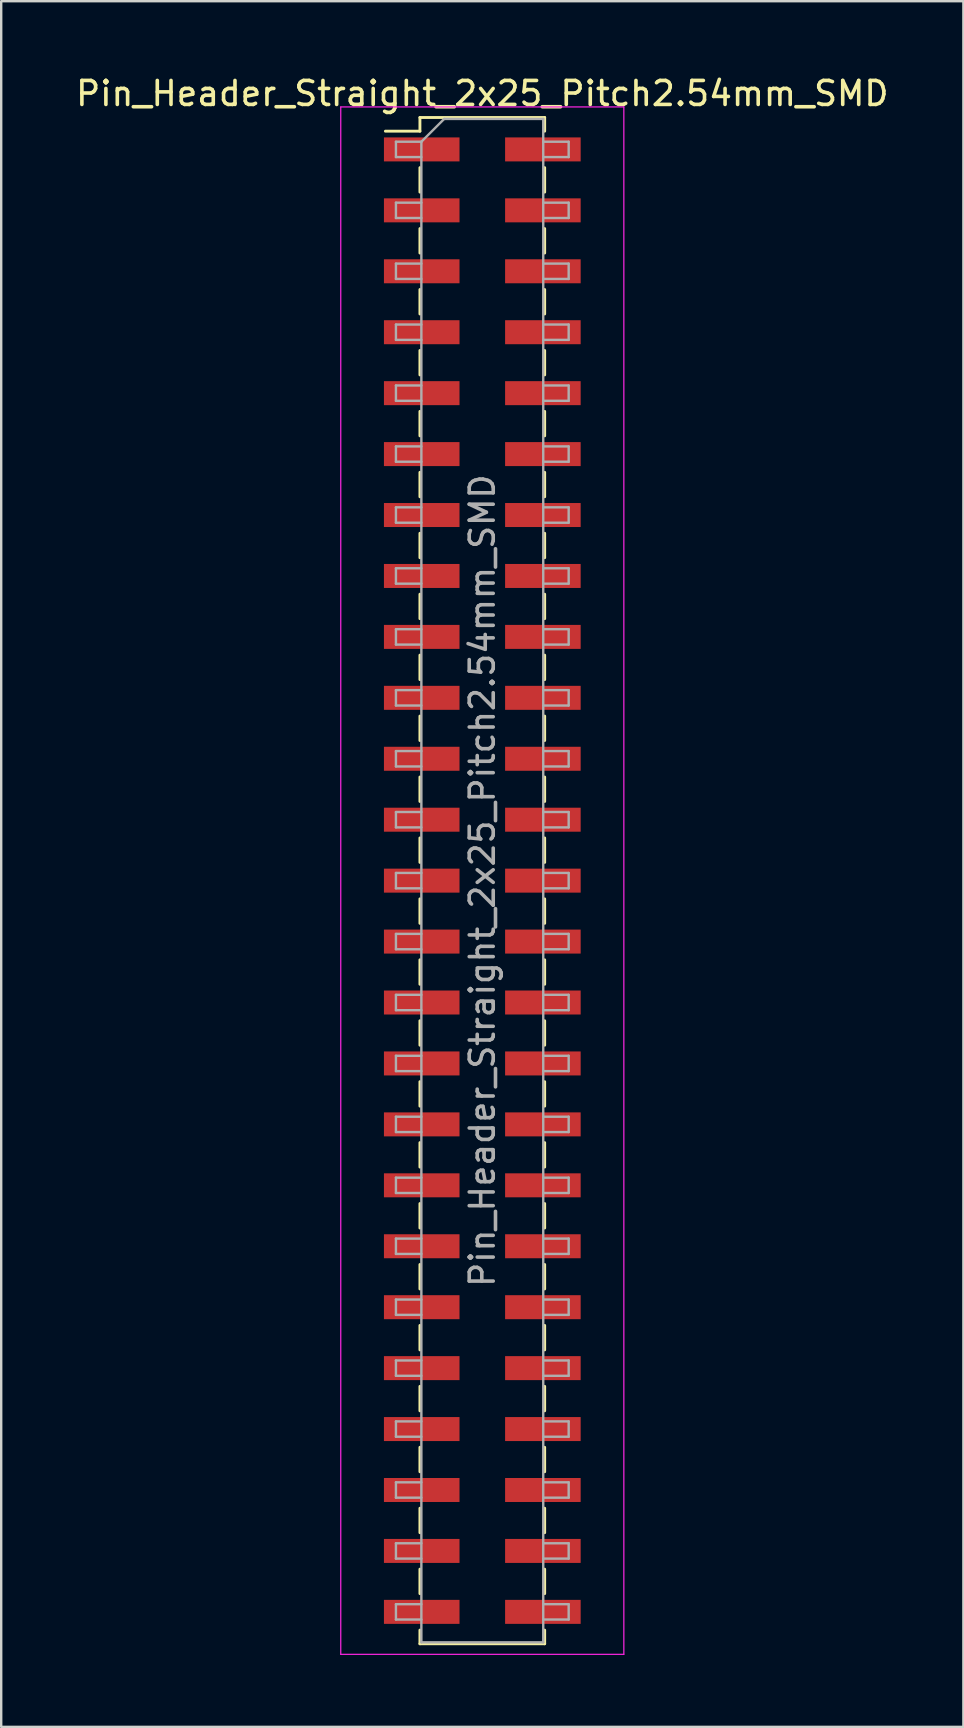
<source format=kicad_pcb>
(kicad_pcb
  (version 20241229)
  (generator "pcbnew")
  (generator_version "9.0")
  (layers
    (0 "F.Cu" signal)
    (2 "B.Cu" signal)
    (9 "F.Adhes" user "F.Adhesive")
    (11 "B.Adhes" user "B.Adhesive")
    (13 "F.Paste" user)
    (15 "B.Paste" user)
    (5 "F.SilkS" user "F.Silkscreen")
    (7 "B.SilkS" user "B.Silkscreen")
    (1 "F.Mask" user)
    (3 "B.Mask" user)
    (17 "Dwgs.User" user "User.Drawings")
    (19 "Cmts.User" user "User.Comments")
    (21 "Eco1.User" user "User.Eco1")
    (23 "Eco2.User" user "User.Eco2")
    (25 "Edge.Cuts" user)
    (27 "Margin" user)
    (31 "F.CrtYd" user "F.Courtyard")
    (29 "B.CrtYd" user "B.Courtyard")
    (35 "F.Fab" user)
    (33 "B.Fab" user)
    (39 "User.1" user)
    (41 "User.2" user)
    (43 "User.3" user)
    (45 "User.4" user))
  (footprint "Pin_Header_Straight_2x25_Pitch2.54mm_SMD"
    (layer "F.Cu")
    (at 17.054 33.658)
    (property "Reference" "Pin_Header_Straight_2x25_Pitch2.54mm_SMD" (at 0 -32.81 0) (layer "F.SilkS") (effects (font (size 1 1) (thickness 0.15))))
    (attr smd)
    (fp_line (start -4.04 -31.24) (end -2.6 -31.24) (stroke (width 0.12) (type solid)) (layer "F.SilkS"))
    (fp_line (start -2.6 -31.81) (end -2.6 -31.24) (stroke (width 0.12) (type solid)) (layer "F.SilkS"))
    (fp_line (start -2.6 -31.81) (end 2.6 -31.81) (stroke (width 0.12) (type solid)) (layer "F.SilkS"))
    (fp_line (start -2.6 -29.72) (end -2.6 -28.7) (stroke (width 0.12) (type solid)) (layer "F.SilkS"))
    (fp_line (start -2.6 -27.18) (end -2.6 -26.16) (stroke (width 0.12) (type solid)) (layer "F.SilkS"))
    (fp_line (start -2.6 -24.64) (end -2.6 -23.62) (stroke (width 0.12) (type solid)) (layer "F.SilkS"))
    (fp_line (start -2.6 -22.1) (end -2.6 -21.08) (stroke (width 0.12) (type solid)) (layer "F.SilkS"))
    (fp_line (start -2.6 -19.56) (end -2.6 -18.54) (stroke (width 0.12) (type solid)) (layer "F.SilkS"))
    (fp_line (start -2.6 -17.02) (end -2.6 -16) (stroke (width 0.12) (type solid)) (layer "F.SilkS"))
    (fp_line (start -2.6 -14.48) (end -2.6 -13.46) (stroke (width 0.12) (type solid)) (layer "F.SilkS"))
    (fp_line (start -2.6 -11.94) (end -2.6 -10.92) (stroke (width 0.12) (type solid)) (layer "F.SilkS"))
    (fp_line (start -2.6 -9.4) (end -2.6 -8.38) (stroke (width 0.12) (type solid)) (layer "F.SilkS"))
    (fp_line (start -2.6 -6.86) (end -2.6 -5.84) (stroke (width 0.12) (type solid)) (layer "F.SilkS"))
    (fp_line (start -2.6 -4.32) (end -2.6 -3.3) (stroke (width 0.12) (type solid)) (layer "F.SilkS"))
    (fp_line (start -2.6 -1.78) (end -2.6 -0.76) (stroke (width 0.12) (type solid)) (layer "F.SilkS"))
    (fp_line (start -2.6 0.76) (end -2.6 1.78) (stroke (width 0.12) (type solid)) (layer "F.SilkS"))
    (fp_line (start -2.6 3.3) (end -2.6 4.32) (stroke (width 0.12) (type solid)) (layer "F.SilkS"))
    (fp_line (start -2.6 5.84) (end -2.6 6.86) (stroke (width 0.12) (type solid)) (layer "F.SilkS"))
    (fp_line (start -2.6 8.38) (end -2.6 9.4) (stroke (width 0.12) (type solid)) (layer "F.SilkS"))
    (fp_line (start -2.6 10.92) (end -2.6 11.94) (stroke (width 0.12) (type solid)) (layer "F.SilkS"))
    (fp_line (start -2.6 13.46) (end -2.6 14.48) (stroke (width 0.12) (type solid)) (layer "F.SilkS"))
    (fp_line (start -2.6 16) (end -2.6 17.02) (stroke (width 0.12) (type solid)) (layer "F.SilkS"))
    (fp_line (start -2.6 18.54) (end -2.6 19.56) (stroke (width 0.12) (type solid)) (layer "F.SilkS"))
    (fp_line (start -2.6 21.08) (end -2.6 22.1) (stroke (width 0.12) (type solid)) (layer "F.SilkS"))
    (fp_line (start -2.6 23.62) (end -2.6 24.64) (stroke (width 0.12) (type solid)) (layer "F.SilkS"))
    (fp_line (start -2.6 26.16) (end -2.6 27.18) (stroke (width 0.12) (type solid)) (layer "F.SilkS"))
    (fp_line (start -2.6 28.7) (end -2.6 29.72) (stroke (width 0.12) (type solid)) (layer "F.SilkS"))
    (fp_line (start -2.6 31.24) (end -2.6 31.81) (stroke (width 0.12) (type solid)) (layer "F.SilkS"))
    (fp_line (start -2.6 31.81) (end 2.6 31.81) (stroke (width 0.12) (type solid)) (layer "F.SilkS"))
    (fp_line (start 2.6 -31.81) (end 2.6 -31.24) (stroke (width 0.12) (type solid)) (layer "F.SilkS"))
    (fp_line (start 2.6 -29.72) (end 2.6 -28.7) (stroke (width 0.12) (type solid)) (layer "F.SilkS"))
    (fp_line (start 2.6 -27.18) (end 2.6 -26.16) (stroke (width 0.12) (type solid)) (layer "F.SilkS"))
    (fp_line (start 2.6 -24.64) (end 2.6 -23.62) (stroke (width 0.12) (type solid)) (layer "F.SilkS"))
    (fp_line (start 2.6 -22.1) (end 2.6 -21.08) (stroke (width 0.12) (type solid)) (layer "F.SilkS"))
    (fp_line (start 2.6 -19.56) (end 2.6 -18.54) (stroke (width 0.12) (type solid)) (layer "F.SilkS"))
    (fp_line (start 2.6 -17.02) (end 2.6 -16) (stroke (width 0.12) (type solid)) (layer "F.SilkS"))
    (fp_line (start 2.6 -14.48) (end 2.6 -13.46) (stroke (width 0.12) (type solid)) (layer "F.SilkS"))
    (fp_line (start 2.6 -11.94) (end 2.6 -10.92) (stroke (width 0.12) (type solid)) (layer "F.SilkS"))
    (fp_line (start 2.6 -9.4) (end 2.6 -8.38) (stroke (width 0.12) (type solid)) (layer "F.SilkS"))
    (fp_line (start 2.6 -6.86) (end 2.6 -5.84) (stroke (width 0.12) (type solid)) (layer "F.SilkS"))
    (fp_line (start 2.6 -4.32) (end 2.6 -3.3) (stroke (width 0.12) (type solid)) (layer "F.SilkS"))
    (fp_line (start 2.6 -1.78) (end 2.6 -0.76) (stroke (width 0.12) (type solid)) (layer "F.SilkS"))
    (fp_line (start 2.6 0.76) (end 2.6 1.78) (stroke (width 0.12) (type solid)) (layer "F.SilkS"))
    (fp_line (start 2.6 3.3) (end 2.6 4.32) (stroke (width 0.12) (type solid)) (layer "F.SilkS"))
    (fp_line (start 2.6 5.84) (end 2.6 6.86) (stroke (width 0.12) (type solid)) (layer "F.SilkS"))
    (fp_line (start 2.6 8.38) (end 2.6 9.4) (stroke (width 0.12) (type solid)) (layer "F.SilkS"))
    (fp_line (start 2.6 10.92) (end 2.6 11.94) (stroke (width 0.12) (type solid)) (layer "F.SilkS"))
    (fp_line (start 2.6 13.46) (end 2.6 14.48) (stroke (width 0.12) (type solid)) (layer "F.SilkS"))
    (fp_line (start 2.6 16) (end 2.6 17.02) (stroke (width 0.12) (type solid)) (layer "F.SilkS"))
    (fp_line (start 2.6 18.54) (end 2.6 19.56) (stroke (width 0.12) (type solid)) (layer "F.SilkS"))
    (fp_line (start 2.6 21.08) (end 2.6 22.1) (stroke (width 0.12) (type solid)) (layer "F.SilkS"))
    (fp_line (start 2.6 23.62) (end 2.6 24.64) (stroke (width 0.12) (type solid)) (layer "F.SilkS"))
    (fp_line (start 2.6 26.16) (end 2.6 27.18) (stroke (width 0.12) (type solid)) (layer "F.SilkS"))
    (fp_line (start 2.6 28.7) (end 2.6 29.72) (stroke (width 0.12) (type solid)) (layer "F.SilkS"))
    (fp_line (start 2.6 31.24) (end 2.6 31.81) (stroke (width 0.12) (type solid)) (layer "F.SilkS"))
    (fp_line (start -5.9 -32.25) (end -5.9 32.25) (stroke (width 0.05) (type solid)) (layer "F.CrtYd"))
    (fp_line (start -5.9 32.25) (end 5.9 32.25) (stroke (width 0.05) (type solid)) (layer "F.CrtYd"))
    (fp_line (start 5.9 -32.25) (end -5.9 -32.25) (stroke (width 0.05) (type solid)) (layer "F.CrtYd"))
    (fp_line (start 5.9 32.25) (end 5.9 -32.25) (stroke (width 0.05) (type solid)) (layer "F.CrtYd"))
    (fp_line (start -3.6 -30.8) (end -3.6 -30.16) (stroke (width 0.1) (type solid)) (layer "F.Fab"))
    (fp_line (start -3.6 -30.16) (end -2.54 -30.16) (stroke (width 0.1) (type solid)) (layer "F.Fab"))
    (fp_line (start -3.6 -28.26) (end -3.6 -27.62) (stroke (width 0.1) (type solid)) (layer "F.Fab"))
    (fp_line (start -3.6 -27.62) (end -2.54 -27.62) (stroke (width 0.1) (type solid)) (layer "F.Fab"))
    (fp_line (start -3.6 -25.72) (end -3.6 -25.08) (stroke (width 0.1) (type solid)) (layer "F.Fab"))
    (fp_line (start -3.6 -25.08) (end -2.54 -25.08) (stroke (width 0.1) (type solid)) (layer "F.Fab"))
    (fp_line (start -3.6 -23.18) (end -3.6 -22.54) (stroke (width 0.1) (type solid)) (layer "F.Fab"))
    (fp_line (start -3.6 -22.54) (end -2.54 -22.54) (stroke (width 0.1) (type solid)) (layer "F.Fab"))
    (fp_line (start -3.6 -20.64) (end -3.6 -20) (stroke (width 0.1) (type solid)) (layer "F.Fab"))
    (fp_line (start -3.6 -20) (end -2.54 -20) (stroke (width 0.1) (type solid)) (layer "F.Fab"))
    (fp_line (start -3.6 -18.1) (end -3.6 -17.46) (stroke (width 0.1) (type solid)) (layer "F.Fab"))
    (fp_line (start -3.6 -17.46) (end -2.54 -17.46) (stroke (width 0.1) (type solid)) (layer "F.Fab"))
    (fp_line (start -3.6 -15.56) (end -3.6 -14.92) (stroke (width 0.1) (type solid)) (layer "F.Fab"))
    (fp_line (start -3.6 -14.92) (end -2.54 -14.92) (stroke (width 0.1) (type solid)) (layer "F.Fab"))
    (fp_line (start -3.6 -13.02) (end -3.6 -12.38) (stroke (width 0.1) (type solid)) (layer "F.Fab"))
    (fp_line (start -3.6 -12.38) (end -2.54 -12.38) (stroke (width 0.1) (type solid)) (layer "F.Fab"))
    (fp_line (start -3.6 -10.48) (end -3.6 -9.84) (stroke (width 0.1) (type solid)) (layer "F.Fab"))
    (fp_line (start -3.6 -9.84) (end -2.54 -9.84) (stroke (width 0.1) (type solid)) (layer "F.Fab"))
    (fp_line (start -3.6 -7.94) (end -3.6 -7.3) (stroke (width 0.1) (type solid)) (layer "F.Fab"))
    (fp_line (start -3.6 -7.3) (end -2.54 -7.3) (stroke (width 0.1) (type solid)) (layer "F.Fab"))
    (fp_line (start -3.6 -5.4) (end -3.6 -4.76) (stroke (width 0.1) (type solid)) (layer "F.Fab"))
    (fp_line (start -3.6 -4.76) (end -2.54 -4.76) (stroke (width 0.1) (type solid)) (layer "F.Fab"))
    (fp_line (start -3.6 -2.86) (end -3.6 -2.22) (stroke (width 0.1) (type solid)) (layer "F.Fab"))
    (fp_line (start -3.6 -2.22) (end -2.54 -2.22) (stroke (width 0.1) (type solid)) (layer "F.Fab"))
    (fp_line (start -3.6 -0.32) (end -3.6 0.32) (stroke (width 0.1) (type solid)) (layer "F.Fab"))
    (fp_line (start -3.6 0.32) (end -2.54 0.32) (stroke (width 0.1) (type solid)) (layer "F.Fab"))
    (fp_line (start -3.6 2.22) (end -3.6 2.86) (stroke (width 0.1) (type solid)) (layer "F.Fab"))
    (fp_line (start -3.6 2.86) (end -2.54 2.86) (stroke (width 0.1) (type solid)) (layer "F.Fab"))
    (fp_line (start -3.6 4.76) (end -3.6 5.4) (stroke (width 0.1) (type solid)) (layer "F.Fab"))
    (fp_line (start -3.6 5.4) (end -2.54 5.4) (stroke (width 0.1) (type solid)) (layer "F.Fab"))
    (fp_line (start -3.6 7.3) (end -3.6 7.94) (stroke (width 0.1) (type solid)) (layer "F.Fab"))
    (fp_line (start -3.6 7.94) (end -2.54 7.94) (stroke (width 0.1) (type solid)) (layer "F.Fab"))
    (fp_line (start -3.6 9.84) (end -3.6 10.48) (stroke (width 0.1) (type solid)) (layer "F.Fab"))
    (fp_line (start -3.6 10.48) (end -2.54 10.48) (stroke (width 0.1) (type solid)) (layer "F.Fab"))
    (fp_line (start -3.6 12.38) (end -3.6 13.02) (stroke (width 0.1) (type solid)) (layer "F.Fab"))
    (fp_line (start -3.6 13.02) (end -2.54 13.02) (stroke (width 0.1) (type solid)) (layer "F.Fab"))
    (fp_line (start -3.6 14.92) (end -3.6 15.56) (stroke (width 0.1) (type solid)) (layer "F.Fab"))
    (fp_line (start -3.6 15.56) (end -2.54 15.56) (stroke (width 0.1) (type solid)) (layer "F.Fab"))
    (fp_line (start -3.6 17.46) (end -3.6 18.1) (stroke (width 0.1) (type solid)) (layer "F.Fab"))
    (fp_line (start -3.6 18.1) (end -2.54 18.1) (stroke (width 0.1) (type solid)) (layer "F.Fab"))
    (fp_line (start -3.6 20) (end -3.6 20.64) (stroke (width 0.1) (type solid)) (layer "F.Fab"))
    (fp_line (start -3.6 20.64) (end -2.54 20.64) (stroke (width 0.1) (type solid)) (layer "F.Fab"))
    (fp_line (start -3.6 22.54) (end -3.6 23.18) (stroke (width 0.1) (type solid)) (layer "F.Fab"))
    (fp_line (start -3.6 23.18) (end -2.54 23.18) (stroke (width 0.1) (type solid)) (layer "F.Fab"))
    (fp_line (start -3.6 25.08) (end -3.6 25.72) (stroke (width 0.1) (type solid)) (layer "F.Fab"))
    (fp_line (start -3.6 25.72) (end -2.54 25.72) (stroke (width 0.1) (type solid)) (layer "F.Fab"))
    (fp_line (start -3.6 27.62) (end -3.6 28.26) (stroke (width 0.1) (type solid)) (layer "F.Fab"))
    (fp_line (start -3.6 28.26) (end -2.54 28.26) (stroke (width 0.1) (type solid)) (layer "F.Fab"))
    (fp_line (start -3.6 30.16) (end -3.6 30.8) (stroke (width 0.1) (type solid)) (layer "F.Fab"))
    (fp_line (start -3.6 30.8) (end -2.54 30.8) (stroke (width 0.1) (type solid)) (layer "F.Fab"))
    (fp_line (start -2.54 -30.8) (end -3.6 -30.8) (stroke (width 0.1) (type solid)) (layer "F.Fab"))
    (fp_line (start -2.54 -30.8) (end -1.59 -31.75) (stroke (width 0.1) (type solid)) (layer "F.Fab"))
    (fp_line (start -2.54 -28.26) (end -3.6 -28.26) (stroke (width 0.1) (type solid)) (layer "F.Fab"))
    (fp_line (start -2.54 -25.72) (end -3.6 -25.72) (stroke (width 0.1) (type solid)) (layer "F.Fab"))
    (fp_line (start -2.54 -23.18) (end -3.6 -23.18) (stroke (width 0.1) (type solid)) (layer "F.Fab"))
    (fp_line (start -2.54 -20.64) (end -3.6 -20.64) (stroke (width 0.1) (type solid)) (layer "F.Fab"))
    (fp_line (start -2.54 -18.1) (end -3.6 -18.1) (stroke (width 0.1) (type solid)) (layer "F.Fab"))
    (fp_line (start -2.54 -15.56) (end -3.6 -15.56) (stroke (width 0.1) (type solid)) (layer "F.Fab"))
    (fp_line (start -2.54 -13.02) (end -3.6 -13.02) (stroke (width 0.1) (type solid)) (layer "F.Fab"))
    (fp_line (start -2.54 -10.48) (end -3.6 -10.48) (stroke (width 0.1) (type solid)) (layer "F.Fab"))
    (fp_line (start -2.54 -7.94) (end -3.6 -7.94) (stroke (width 0.1) (type solid)) (layer "F.Fab"))
    (fp_line (start -2.54 -5.4) (end -3.6 -5.4) (stroke (width 0.1) (type solid)) (layer "F.Fab"))
    (fp_line (start -2.54 -2.86) (end -3.6 -2.86) (stroke (width 0.1) (type solid)) (layer "F.Fab"))
    (fp_line (start -2.54 -0.32) (end -3.6 -0.32) (stroke (width 0.1) (type solid)) (layer "F.Fab"))
    (fp_line (start -2.54 2.22) (end -3.6 2.22) (stroke (width 0.1) (type solid)) (layer "F.Fab"))
    (fp_line (start -2.54 4.76) (end -3.6 4.76) (stroke (width 0.1) (type solid)) (layer "F.Fab"))
    (fp_line (start -2.54 7.3) (end -3.6 7.3) (stroke (width 0.1) (type solid)) (layer "F.Fab"))
    (fp_line (start -2.54 9.84) (end -3.6 9.84) (stroke (width 0.1) (type solid)) (layer "F.Fab"))
    (fp_line (start -2.54 12.38) (end -3.6 12.38) (stroke (width 0.1) (type solid)) (layer "F.Fab"))
    (fp_line (start -2.54 14.92) (end -3.6 14.92) (stroke (width 0.1) (type solid)) (layer "F.Fab"))
    (fp_line (start -2.54 17.46) (end -3.6 17.46) (stroke (width 0.1) (type solid)) (layer "F.Fab"))
    (fp_line (start -2.54 20) (end -3.6 20) (stroke (width 0.1) (type solid)) (layer "F.Fab"))
    (fp_line (start -2.54 22.54) (end -3.6 22.54) (stroke (width 0.1) (type solid)) (layer "F.Fab"))
    (fp_line (start -2.54 25.08) (end -3.6 25.08) (stroke (width 0.1) (type solid)) (layer "F.Fab"))
    (fp_line (start -2.54 27.62) (end -3.6 27.62) (stroke (width 0.1) (type solid)) (layer "F.Fab"))
    (fp_line (start -2.54 30.16) (end -3.6 30.16) (stroke (width 0.1) (type solid)) (layer "F.Fab"))
    (fp_line (start -2.54 31.75) (end -2.54 -30.8) (stroke (width 0.1) (type solid)) (layer "F.Fab"))
    (fp_line (start -1.59 -31.75) (end 2.54 -31.75) (stroke (width 0.1) (type solid)) (layer "F.Fab"))
    (fp_line (start 2.54 -31.75) (end 2.54 31.75) (stroke (width 0.1) (type solid)) (layer "F.Fab"))
    (fp_line (start 2.54 -30.8) (end 3.6 -30.8) (stroke (width 0.1) (type solid)) (layer "F.Fab"))
    (fp_line (start 2.54 -28.26) (end 3.6 -28.26) (stroke (width 0.1) (type solid)) (layer "F.Fab"))
    (fp_line (start 2.54 -25.72) (end 3.6 -25.72) (stroke (width 0.1) (type solid)) (layer "F.Fab"))
    (fp_line (start 2.54 -23.18) (end 3.6 -23.18) (stroke (width 0.1) (type solid)) (layer "F.Fab"))
    (fp_line (start 2.54 -20.64) (end 3.6 -20.64) (stroke (width 0.1) (type solid)) (layer "F.Fab"))
    (fp_line (start 2.54 -18.1) (end 3.6 -18.1) (stroke (width 0.1) (type solid)) (layer "F.Fab"))
    (fp_line (start 2.54 -15.56) (end 3.6 -15.56) (stroke (width 0.1) (type solid)) (layer "F.Fab"))
    (fp_line (start 2.54 -13.02) (end 3.6 -13.02) (stroke (width 0.1) (type solid)) (layer "F.Fab"))
    (fp_line (start 2.54 -10.48) (end 3.6 -10.48) (stroke (width 0.1) (type solid)) (layer "F.Fab"))
    (fp_line (start 2.54 -7.94) (end 3.6 -7.94) (stroke (width 0.1) (type solid)) (layer "F.Fab"))
    (fp_line (start 2.54 -5.4) (end 3.6 -5.4) (stroke (width 0.1) (type solid)) (layer "F.Fab"))
    (fp_line (start 2.54 -2.86) (end 3.6 -2.86) (stroke (width 0.1) (type solid)) (layer "F.Fab"))
    (fp_line (start 2.54 -0.32) (end 3.6 -0.32) (stroke (width 0.1) (type solid)) (layer "F.Fab"))
    (fp_line (start 2.54 2.22) (end 3.6 2.22) (stroke (width 0.1) (type solid)) (layer "F.Fab"))
    (fp_line (start 2.54 4.76) (end 3.6 4.76) (stroke (width 0.1) (type solid)) (layer "F.Fab"))
    (fp_line (start 2.54 7.3) (end 3.6 7.3) (stroke (width 0.1) (type solid)) (layer "F.Fab"))
    (fp_line (start 2.54 9.84) (end 3.6 9.84) (stroke (width 0.1) (type solid)) (layer "F.Fab"))
    (fp_line (start 2.54 12.38) (end 3.6 12.38) (stroke (width 0.1) (type solid)) (layer "F.Fab"))
    (fp_line (start 2.54 14.92) (end 3.6 14.92) (stroke (width 0.1) (type solid)) (layer "F.Fab"))
    (fp_line (start 2.54 17.46) (end 3.6 17.46) (stroke (width 0.1) (type solid)) (layer "F.Fab"))
    (fp_line (start 2.54 20) (end 3.6 20) (stroke (width 0.1) (type solid)) (layer "F.Fab"))
    (fp_line (start 2.54 22.54) (end 3.6 22.54) (stroke (width 0.1) (type solid)) (layer "F.Fab"))
    (fp_line (start 2.54 25.08) (end 3.6 25.08) (stroke (width 0.1) (type solid)) (layer "F.Fab"))
    (fp_line (start 2.54 27.62) (end 3.6 27.62) (stroke (width 0.1) (type solid)) (layer "F.Fab"))
    (fp_line (start 2.54 30.16) (end 3.6 30.16) (stroke (width 0.1) (type solid)) (layer "F.Fab"))
    (fp_line (start 2.54 31.75) (end -2.54 31.75) (stroke (width 0.1) (type solid)) (layer "F.Fab"))
    (fp_line (start 3.6 -30.8) (end 3.6 -30.16) (stroke (width 0.1) (type solid)) (layer "F.Fab"))
    (fp_line (start 3.6 -30.16) (end 2.54 -30.16) (stroke (width 0.1) (type solid)) (layer "F.Fab"))
    (fp_line (start 3.6 -28.26) (end 3.6 -27.62) (stroke (width 0.1) (type solid)) (layer "F.Fab"))
    (fp_line (start 3.6 -27.62) (end 2.54 -27.62) (stroke (width 0.1) (type solid)) (layer "F.Fab"))
    (fp_line (start 3.6 -25.72) (end 3.6 -25.08) (stroke (width 0.1) (type solid)) (layer "F.Fab"))
    (fp_line (start 3.6 -25.08) (end 2.54 -25.08) (stroke (width 0.1) (type solid)) (layer "F.Fab"))
    (fp_line (start 3.6 -23.18) (end 3.6 -22.54) (stroke (width 0.1) (type solid)) (layer "F.Fab"))
    (fp_line (start 3.6 -22.54) (end 2.54 -22.54) (stroke (width 0.1) (type solid)) (layer "F.Fab"))
    (fp_line (start 3.6 -20.64) (end 3.6 -20) (stroke (width 0.1) (type solid)) (layer "F.Fab"))
    (fp_line (start 3.6 -20) (end 2.54 -20) (stroke (width 0.1) (type solid)) (layer "F.Fab"))
    (fp_line (start 3.6 -18.1) (end 3.6 -17.46) (stroke (width 0.1) (type solid)) (layer "F.Fab"))
    (fp_line (start 3.6 -17.46) (end 2.54 -17.46) (stroke (width 0.1) (type solid)) (layer "F.Fab"))
    (fp_line (start 3.6 -15.56) (end 3.6 -14.92) (stroke (width 0.1) (type solid)) (layer "F.Fab"))
    (fp_line (start 3.6 -14.92) (end 2.54 -14.92) (stroke (width 0.1) (type solid)) (layer "F.Fab"))
    (fp_line (start 3.6 -13.02) (end 3.6 -12.38) (stroke (width 0.1) (type solid)) (layer "F.Fab"))
    (fp_line (start 3.6 -12.38) (end 2.54 -12.38) (stroke (width 0.1) (type solid)) (layer "F.Fab"))
    (fp_line (start 3.6 -10.48) (end 3.6 -9.84) (stroke (width 0.1) (type solid)) (layer "F.Fab"))
    (fp_line (start 3.6 -9.84) (end 2.54 -9.84) (stroke (width 0.1) (type solid)) (layer "F.Fab"))
    (fp_line (start 3.6 -7.94) (end 3.6 -7.3) (stroke (width 0.1) (type solid)) (layer "F.Fab"))
    (fp_line (start 3.6 -7.3) (end 2.54 -7.3) (stroke (width 0.1) (type solid)) (layer "F.Fab"))
    (fp_line (start 3.6 -5.4) (end 3.6 -4.76) (stroke (width 0.1) (type solid)) (layer "F.Fab"))
    (fp_line (start 3.6 -4.76) (end 2.54 -4.76) (stroke (width 0.1) (type solid)) (layer "F.Fab"))
    (fp_line (start 3.6 -2.86) (end 3.6 -2.22) (stroke (width 0.1) (type solid)) (layer "F.Fab"))
    (fp_line (start 3.6 -2.22) (end 2.54 -2.22) (stroke (width 0.1) (type solid)) (layer "F.Fab"))
    (fp_line (start 3.6 -0.32) (end 3.6 0.32) (stroke (width 0.1) (type solid)) (layer "F.Fab"))
    (fp_line (start 3.6 0.32) (end 2.54 0.32) (stroke (width 0.1) (type solid)) (layer "F.Fab"))
    (fp_line (start 3.6 2.22) (end 3.6 2.86) (stroke (width 0.1) (type solid)) (layer "F.Fab"))
    (fp_line (start 3.6 2.86) (end 2.54 2.86) (stroke (width 0.1) (type solid)) (layer "F.Fab"))
    (fp_line (start 3.6 4.76) (end 3.6 5.4) (stroke (width 0.1) (type solid)) (layer "F.Fab"))
    (fp_line (start 3.6 5.4) (end 2.54 5.4) (stroke (width 0.1) (type solid)) (layer "F.Fab"))
    (fp_line (start 3.6 7.3) (end 3.6 7.94) (stroke (width 0.1) (type solid)) (layer "F.Fab"))
    (fp_line (start 3.6 7.94) (end 2.54 7.94) (stroke (width 0.1) (type solid)) (layer "F.Fab"))
    (fp_line (start 3.6 9.84) (end 3.6 10.48) (stroke (width 0.1) (type solid)) (layer "F.Fab"))
    (fp_line (start 3.6 10.48) (end 2.54 10.48) (stroke (width 0.1) (type solid)) (layer "F.Fab"))
    (fp_line (start 3.6 12.38) (end 3.6 13.02) (stroke (width 0.1) (type solid)) (layer "F.Fab"))
    (fp_line (start 3.6 13.02) (end 2.54 13.02) (stroke (width 0.1) (type solid)) (layer "F.Fab"))
    (fp_line (start 3.6 14.92) (end 3.6 15.56) (stroke (width 0.1) (type solid)) (layer "F.Fab"))
    (fp_line (start 3.6 15.56) (end 2.54 15.56) (stroke (width 0.1) (type solid)) (layer "F.Fab"))
    (fp_line (start 3.6 17.46) (end 3.6 18.1) (stroke (width 0.1) (type solid)) (layer "F.Fab"))
    (fp_line (start 3.6 18.1) (end 2.54 18.1) (stroke (width 0.1) (type solid)) (layer "F.Fab"))
    (fp_line (start 3.6 20) (end 3.6 20.64) (stroke (width 0.1) (type solid)) (layer "F.Fab"))
    (fp_line (start 3.6 20.64) (end 2.54 20.64) (stroke (width 0.1) (type solid)) (layer "F.Fab"))
    (fp_line (start 3.6 22.54) (end 3.6 23.18) (stroke (width 0.1) (type solid)) (layer "F.Fab"))
    (fp_line (start 3.6 23.18) (end 2.54 23.18) (stroke (width 0.1) (type solid)) (layer "F.Fab"))
    (fp_line (start 3.6 25.08) (end 3.6 25.72) (stroke (width 0.1) (type solid)) (layer "F.Fab"))
    (fp_line (start 3.6 25.72) (end 2.54 25.72) (stroke (width 0.1) (type solid)) (layer "F.Fab"))
    (fp_line (start 3.6 27.62) (end 3.6 28.26) (stroke (width 0.1) (type solid)) (layer "F.Fab"))
    (fp_line (start 3.6 28.26) (end 2.54 28.26) (stroke (width 0.1) (type solid)) (layer "F.Fab"))
    (fp_line (start 3.6 30.16) (end 3.6 30.8) (stroke (width 0.1) (type solid)) (layer "F.Fab"))
    (fp_line (start 3.6 30.8) (end 2.54 30.8) (stroke (width 0.1) (type solid)) (layer "F.Fab"))
    (fp_text user "${REFERENCE}" (at 0 0 90) (layer "F.Fab") (effects (font (size 1 1) (thickness 0.15))))
    (pad "1" smd rect (at -2.525 -30.48) (size 3.15 1) (layers "F.Cu" "F.Mask" "F.Paste"))
    (pad "2" smd rect (at 2.525 -30.48) (size 3.15 1) (layers "F.Cu" "F.Mask" "F.Paste"))
    (pad "3" smd rect (at -2.525 -27.94) (size 3.15 1) (layers "F.Cu" "F.Mask" "F.Paste"))
    (pad "4" smd rect (at 2.525 -27.94) (size 3.15 1) (layers "F.Cu" "F.Mask" "F.Paste"))
    (pad "5" smd rect (at -2.525 -25.4) (size 3.15 1) (layers "F.Cu" "F.Mask" "F.Paste"))
    (pad "6" smd rect (at 2.525 -25.4) (size 3.15 1) (layers "F.Cu" "F.Mask" "F.Paste"))
    (pad "7" smd rect (at -2.525 -22.86) (size 3.15 1) (layers "F.Cu" "F.Mask" "F.Paste"))
    (pad "8" smd rect (at 2.525 -22.86) (size 3.15 1) (layers "F.Cu" "F.Mask" "F.Paste"))
    (pad "9" smd rect (at -2.525 -20.32) (size 3.15 1) (layers "F.Cu" "F.Mask" "F.Paste"))
    (pad "10" smd rect (at 2.525 -20.32) (size 3.15 1) (layers "F.Cu" "F.Mask" "F.Paste"))
    (pad "11" smd rect (at -2.525 -17.78) (size 3.15 1) (layers "F.Cu" "F.Mask" "F.Paste"))
    (pad "12" smd rect (at 2.525 -17.78) (size 3.15 1) (layers "F.Cu" "F.Mask" "F.Paste"))
    (pad "13" smd rect (at -2.525 -15.24) (size 3.15 1) (layers "F.Cu" "F.Mask" "F.Paste"))
    (pad "14" smd rect (at 2.525 -15.24) (size 3.15 1) (layers "F.Cu" "F.Mask" "F.Paste"))
    (pad "15" smd rect (at -2.525 -12.7) (size 3.15 1) (layers "F.Cu" "F.Mask" "F.Paste"))
    (pad "16" smd rect (at 2.525 -12.7) (size 3.15 1) (layers "F.Cu" "F.Mask" "F.Paste"))
    (pad "17" smd rect (at -2.525 -10.16) (size 3.15 1) (layers "F.Cu" "F.Mask" "F.Paste"))
    (pad "18" smd rect (at 2.525 -10.16) (size 3.15 1) (layers "F.Cu" "F.Mask" "F.Paste"))
    (pad "19" smd rect (at -2.525 -7.62) (size 3.15 1) (layers "F.Cu" "F.Mask" "F.Paste"))
    (pad "20" smd rect (at 2.525 -7.62) (size 3.15 1) (layers "F.Cu" "F.Mask" "F.Paste"))
    (pad "21" smd rect (at -2.525 -5.08) (size 3.15 1) (layers "F.Cu" "F.Mask" "F.Paste"))
    (pad "22" smd rect (at 2.525 -5.08) (size 3.15 1) (layers "F.Cu" "F.Mask" "F.Paste"))
    (pad "23" smd rect (at -2.525 -2.54) (size 3.15 1) (layers "F.Cu" "F.Mask" "F.Paste"))
    (pad "24" smd rect (at 2.525 -2.54) (size 3.15 1) (layers "F.Cu" "F.Mask" "F.Paste"))
    (pad "25" smd rect (at -2.525 0) (size 3.15 1) (layers "F.Cu" "F.Mask" "F.Paste"))
    (pad "26" smd rect (at 2.525 0) (size 3.15 1) (layers "F.Cu" "F.Mask" "F.Paste"))
    (pad "27" smd rect (at -2.525 2.54) (size 3.15 1) (layers "F.Cu" "F.Mask" "F.Paste"))
    (pad "28" smd rect (at 2.525 2.54) (size 3.15 1) (layers "F.Cu" "F.Mask" "F.Paste"))
    (pad "29" smd rect (at -2.525 5.08) (size 3.15 1) (layers "F.Cu" "F.Mask" "F.Paste"))
    (pad "30" smd rect (at 2.525 5.08) (size 3.15 1) (layers "F.Cu" "F.Mask" "F.Paste"))
    (pad "31" smd rect (at -2.525 7.62) (size 3.15 1) (layers "F.Cu" "F.Mask" "F.Paste"))
    (pad "32" smd rect (at 2.525 7.62) (size 3.15 1) (layers "F.Cu" "F.Mask" "F.Paste"))
    (pad "33" smd rect (at -2.525 10.16) (size 3.15 1) (layers "F.Cu" "F.Mask" "F.Paste"))
    (pad "34" smd rect (at 2.525 10.16) (size 3.15 1) (layers "F.Cu" "F.Mask" "F.Paste"))
    (pad "35" smd rect (at -2.525 12.7) (size 3.15 1) (layers "F.Cu" "F.Mask" "F.Paste"))
    (pad "36" smd rect (at 2.525 12.7) (size 3.15 1) (layers "F.Cu" "F.Mask" "F.Paste"))
    (pad "37" smd rect (at -2.525 15.24) (size 3.15 1) (layers "F.Cu" "F.Mask" "F.Paste"))
    (pad "38" smd rect (at 2.525 15.24) (size 3.15 1) (layers "F.Cu" "F.Mask" "F.Paste"))
    (pad "39" smd rect (at -2.525 17.78) (size 3.15 1) (layers "F.Cu" "F.Mask" "F.Paste"))
    (pad "40" smd rect (at 2.525 17.78) (size 3.15 1) (layers "F.Cu" "F.Mask" "F.Paste"))
    (pad "41" smd rect (at -2.525 20.32) (size 3.15 1) (layers "F.Cu" "F.Mask" "F.Paste"))
    (pad "42" smd rect (at 2.525 20.32) (size 3.15 1) (layers "F.Cu" "F.Mask" "F.Paste"))
    (pad "43" smd rect (at -2.525 22.86) (size 3.15 1) (layers "F.Cu" "F.Mask" "F.Paste"))
    (pad "44" smd rect (at 2.525 22.86) (size 3.15 1) (layers "F.Cu" "F.Mask" "F.Paste"))
    (pad "45" smd rect (at -2.525 25.4) (size 3.15 1) (layers "F.Cu" "F.Mask" "F.Paste"))
    (pad "46" smd rect (at 2.525 25.4) (size 3.15 1) (layers "F.Cu" "F.Mask" "F.Paste"))
    (pad "47" smd rect (at -2.525 27.94) (size 3.15 1) (layers "F.Cu" "F.Mask" "F.Paste"))
    (pad "48" smd rect (at 2.525 27.94) (size 3.15 1) (layers "F.Cu" "F.Mask" "F.Paste"))
    (pad "49" smd rect (at -2.525 30.48) (size 3.15 1) (layers "F.Cu" "F.Mask" "F.Paste"))
    (pad "50" smd rect (at 2.525 30.48) (size 3.15 1) (layers "F.Cu" "F.Mask" "F.Paste")))
  (gr_rect
    (start -3 -3)
    (end 37.107 68.933)
    (stroke (width 0.1) (type default))
    (fill no)
    (layer "Edge.Cuts")))
</source>
